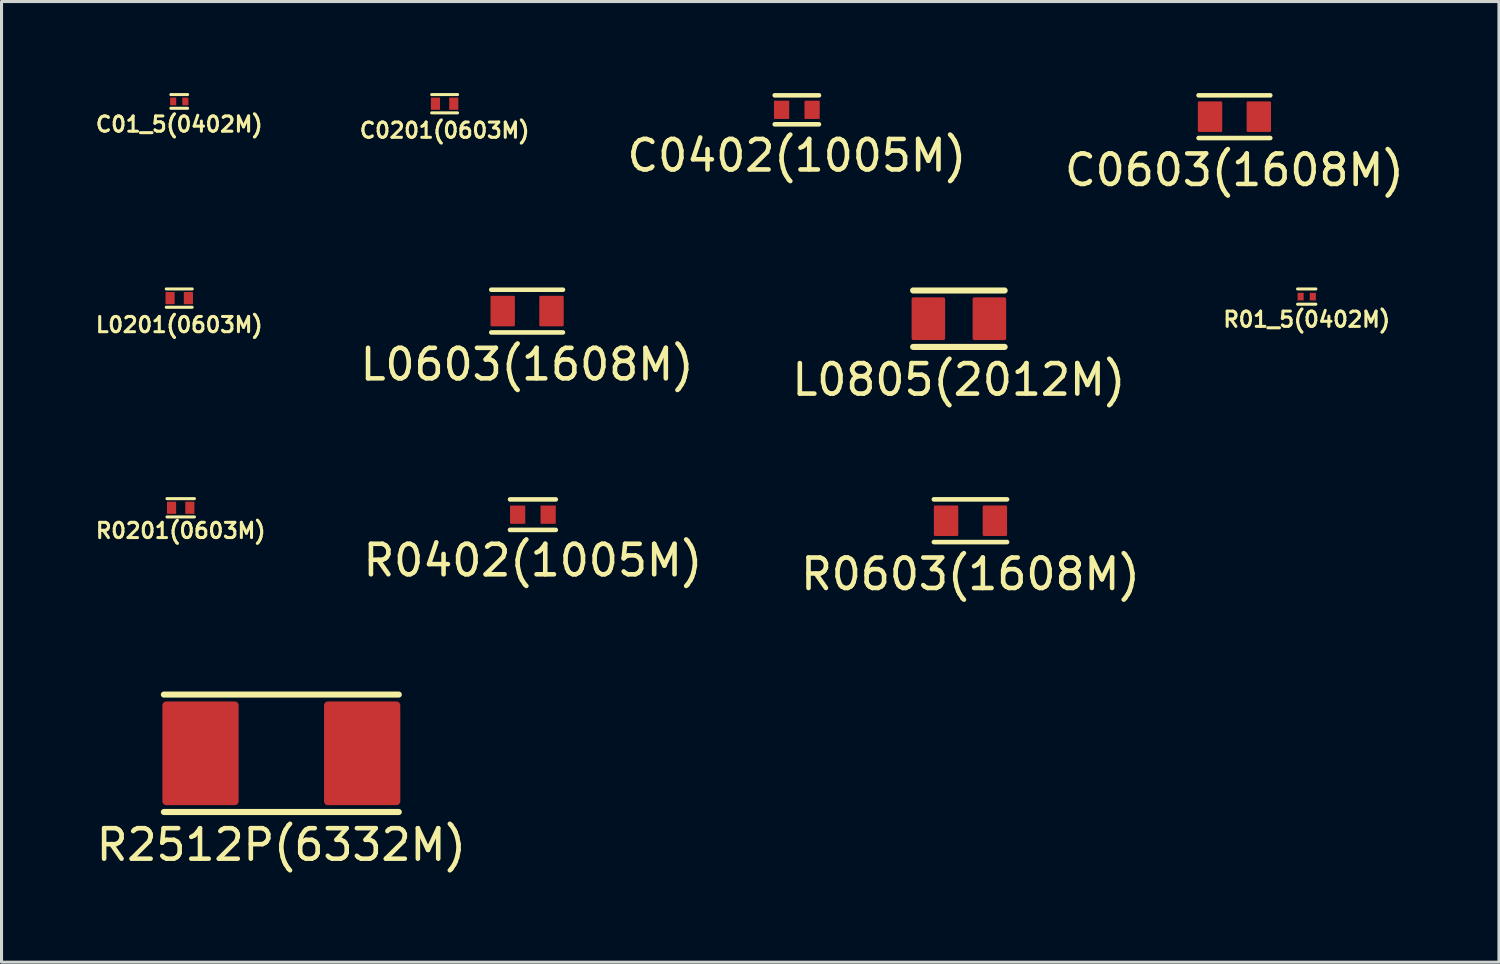
<source format=kicad_pcb>
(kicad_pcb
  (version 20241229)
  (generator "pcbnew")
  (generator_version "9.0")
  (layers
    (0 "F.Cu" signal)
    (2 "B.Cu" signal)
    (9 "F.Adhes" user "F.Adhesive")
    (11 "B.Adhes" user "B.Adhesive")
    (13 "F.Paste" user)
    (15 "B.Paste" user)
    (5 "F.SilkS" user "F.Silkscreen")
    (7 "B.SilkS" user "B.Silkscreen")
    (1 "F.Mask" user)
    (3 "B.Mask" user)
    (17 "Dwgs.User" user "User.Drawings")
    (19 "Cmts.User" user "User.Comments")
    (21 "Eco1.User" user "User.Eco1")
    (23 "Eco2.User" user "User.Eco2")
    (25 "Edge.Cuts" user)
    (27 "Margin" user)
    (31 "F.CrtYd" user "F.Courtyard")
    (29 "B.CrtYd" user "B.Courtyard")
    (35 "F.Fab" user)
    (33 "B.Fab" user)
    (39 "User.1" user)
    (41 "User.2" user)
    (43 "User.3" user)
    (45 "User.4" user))
  (footprint "L0201(0603M)"
    (layer "F.Cu")
    (at 2.826 6.723)
    (property "Reference" "L0201(0603M)" (at 0 0.875 0) (layer "F.SilkS") (effects (font (size 0.5 0.5) (thickness 0.1))))
    (attr smd)
    (fp_line (start -0.425 -0.3) (end 0.425 -0.3) (stroke (width 0.1) (type solid)) (layer "F.SilkS"))
    (fp_line (start -0.425 0.3) (end 0.425 0.3) (stroke (width 0.1) (type solid)) (layer "F.SilkS"))
    (pad "1" smd roundrect (at -0.3 0) (size 0.3 0.4) (layers "F.Cu" "F.Mask" "F.Paste") (roundrect_rratio 0.05))
    (pad "2" smd roundrect (at 0.3 0) (size 0.3 0.4) (layers "F.Cu" "F.Mask" "F.Paste") (roundrect_rratio 0.05)))
  (footprint "L0603(1608M)"
    (layer "F.Cu")
    (at 14.23 7.148)
    (property "Reference" "L0603(1608M)" (at 0 1.75 0) (layer "F.SilkS") (effects (font (size 1 1) (thickness 0.15))))
    (attr smd)
    (fp_line (start -1.175 -0.7) (end 1.175 -0.7) (stroke (width 0.15) (type solid)) (layer "F.SilkS"))
    (fp_line (start -1.175 0.7) (end 1.175 0.7) (stroke (width 0.15) (type solid)) (layer "F.SilkS"))
    (pad "1" smd roundrect (at -0.8 0) (size 0.8 1) (layers "F.Cu" "F.Mask" "F.Paste") (roundrect_rratio 0.05))
    (pad "2" smd roundrect (at 0.8 0) (size 0.8 1) (layers "F.Cu" "F.Mask" "F.Paste") (roundrect_rratio 0.05)))
  (footprint "R2512P(6332M)"
    (layer "F.Cu")
    (at 6.173 21.645)
    (property "Reference" "R2512P(6332M)" (at 0 3 0) (layer "F.SilkS") (effects (font (size 1 1) (thickness 0.15))))
    (attr smd)
    (fp_line (start -3.85 -1.925) (end 3.85 -1.925) (stroke (width 0.2) (type solid)) (layer "F.SilkS"))
    (fp_line (start -3.85 1.925) (end 3.85 1.925) (stroke (width 0.2) (type solid)) (layer "F.SilkS"))
    (pad "1" smd roundrect (at -2.65 0) (size 2.5 3.4) (layers "F.Cu" "F.Mask" "F.Paste") (roundrect_rratio 0.05))
    (pad "2" smd roundrect (at 2.65 0) (size 2.5 3.4) (layers "F.Cu" "F.Mask" "F.Paste") (roundrect_rratio 0.05)))
  (footprint "C01_5(0402M)"
    (layer "F.Cu")
    (at 2.826 0.275)
    (property "Reference" "C01_5(0402M)" (at 0 0.75 0) (layer "F.SilkS") (effects (font (size 0.5 0.5) (thickness 0.1))))
    (attr smd)
    (fp_line (start -0.275 -0.225) (end 0.275 -0.225) (stroke (width 0.1) (type solid)) (layer "F.SilkS"))
    (fp_line (start -0.275 0.225) (end 0.275 0.225) (stroke (width 0.1) (type solid)) (layer "F.SilkS"))
    (pad "1" smd roundrect (at -0.2 0) (size 0.2 0.25) (layers "F.Cu" "F.Mask" "F.Paste") (roundrect_rratio 0.05))
    (pad "2" smd roundrect (at 0.2 0) (size 0.2 0.25) (layers "F.Cu" "F.Mask" "F.Paste") (roundrect_rratio 0.05)))
  (footprint "C0201(0603M)"
    (layer "F.Cu")
    (at 11.526 0.35)
    (property "Reference" "C0201(0603M)" (at 0 0.875 0) (layer "F.SilkS") (effects (font (size 0.5 0.5) (thickness 0.1))))
    (attr smd)
    (fp_line (start -0.425 -0.3) (end 0.425 -0.3) (stroke (width 0.1) (type solid)) (layer "F.SilkS"))
    (fp_line (start -0.425 0.3) (end 0.425 0.3) (stroke (width 0.1) (type solid)) (layer "F.SilkS"))
    (pad "1" smd roundrect (at -0.3 0) (size 0.3 0.4) (layers "F.Cu" "F.Mask" "F.Paste") (roundrect_rratio 0.05))
    (pad "2" smd roundrect (at 0.3 0) (size 0.3 0.4) (layers "F.Cu" "F.Mask" "F.Paste") (roundrect_rratio 0.05)))
  (footprint "C0402(1005M)"
    (layer "F.Cu")
    (at 23.073 0.55)
    (property "Reference" "C0402(1005M)" (at 0 1.5 0) (layer "F.SilkS") (effects (font (size 1 1) (thickness 0.15))))
    (attr smd)
    (fp_line (start -0.725 -0.475) (end 0.725 -0.475) (stroke (width 0.15) (type solid)) (layer "F.SilkS"))
    (fp_line (start -0.725 0.475) (end 0.725 0.475) (stroke (width 0.15) (type solid)) (layer "F.SilkS"))
    (pad "1" smd roundrect (at -0.5 0) (size 0.5 0.6) (layers "F.Cu" "F.Mask" "F.Paste") (roundrect_rratio 0.05))
    (pad "2" smd roundrect (at 0.5 0) (size 0.5 0.6) (layers "F.Cu" "F.Mask" "F.Paste") (roundrect_rratio 0.05)))
  (footprint "R0603(1608M)"
    (layer "F.Cu")
    (at 28.765 14.021)
    (property "Reference" "R0603(1608M)" (at 0 1.75 0) (layer "F.SilkS") (effects (font (size 1 1) (thickness 0.15))))
    (attr through_hole)
    (fp_line (start -1.2 -0.7) (end 1.2 -0.7) (stroke (width 0.15) (type solid)) (layer "F.SilkS"))
    (fp_line (start -1.2 0.7) (end 1.2 0.7) (stroke (width 0.15) (type solid)) (layer "F.SilkS"))
    (pad "1" smd roundrect (at -0.8 0) (size 0.8 1) (layers "F.Cu" "F.Mask" "F.Paste") (roundrect_rratio 0.05))
    (pad "2" smd roundrect (at 0.8 0) (size 0.8 1) (layers "F.Cu" "F.Mask" "F.Paste") (roundrect_rratio 0.05)))
  (footprint "L0805(2012M)"
    (layer "F.Cu")
    (at 28.385 7.398)
    (property "Reference" "L0805(2012M)" (at 0 2 0) (layer "F.SilkS") (effects (font (size 1 1) (thickness 0.15))))
    (attr smd)
    (fp_line (start -1.5 -0.925) (end 1.5 -0.925) (stroke (width 0.2) (type solid)) (layer "F.SilkS"))
    (fp_line (start -1.5 0.925) (end 1.5 0.925) (stroke (width 0.2) (type solid)) (layer "F.SilkS"))
    (pad "1" smd roundrect (at -1 0) (size 1.1 1.4) (layers "F.Cu" "F.Mask" "F.Paste") (roundrect_rratio 0.05))
    (pad "2" smd roundrect (at 1 0) (size 1.1 1.4) (layers "F.Cu" "F.Mask" "F.Paste") (roundrect_rratio 0.05)))
  (footprint "R01_5(0402M)"
    (layer "F.Cu")
    (at 39.788 6.673)
    (property "Reference" "R01_5(0402M)" (at 0 0.75 0) (layer "F.SilkS") (effects (font (size 0.5 0.5) (thickness 0.1))))
    (attr through_hole)
    (fp_line (start -0.3 -0.25) (end 0.3 -0.25) (stroke (width 0.1) (type solid)) (layer "F.SilkS"))
    (fp_line (start -0.3 0.25) (end 0.3 0.25) (stroke (width 0.1) (type solid)) (layer "F.SilkS"))
    (pad "1" smd roundrect (at -0.2 0) (size 0.2 0.25) (layers "F.Cu" "F.Mask" "F.Paste") (roundrect_rratio 0.05))
    (pad "2" smd roundrect (at 0.2 0) (size 0.2 0.25) (layers "F.Cu" "F.Mask" "F.Paste") (roundrect_rratio 0.05)))
  (footprint "R0402(1005M)"
    (layer "F.Cu")
    (at 14.42 13.822)
    (property "Reference" "R0402(1005M)" (at 0 1.5 0) (layer "F.SilkS") (effects (font (size 1 1) (thickness 0.15))))
    (attr through_hole)
    (fp_line (start -0.75 -0.5) (end 0.75 -0.5) (stroke (width 0.15) (type solid)) (layer "F.SilkS"))
    (fp_line (start -0.75 0.5) (end 0.75 0.5) (stroke (width 0.15) (type solid)) (layer "F.SilkS"))
    (pad "1" smd roundrect (at -0.5 0) (size 0.5 0.6) (layers "F.Cu" "F.Mask" "F.Paste") (roundrect_rratio 0.05))
    (pad "2" smd roundrect (at 0.5 0) (size 0.5 0.6) (layers "F.Cu" "F.Mask" "F.Paste") (roundrect_rratio 0.05)))
  (footprint "R0201(0603M)"
    (layer "F.Cu")
    (at 2.874 13.597)
    (property "Reference" "R0201(0603M)" (at 0 0.75 0) (layer "F.SilkS") (effects (font (size 0.5 0.5) (thickness 0.1))))
    (attr through_hole)
    (fp_line (start -0.45 -0.3) (end 0.45 -0.3) (stroke (width 0.1) (type solid)) (layer "F.SilkS"))
    (fp_line (start -0.45 0.3) (end 0.45 0.3) (stroke (width 0.1) (type solid)) (layer "F.SilkS"))
    (pad "1" smd roundrect (at -0.3 0) (size 0.3 0.4) (layers "F.Cu" "F.Mask" "F.Paste") (roundrect_rratio 0.05))
    (pad "2" smd roundrect (at 0.3 0) (size 0.3 0.4) (layers "F.Cu" "F.Mask" "F.Paste") (roundrect_rratio 0.05)))
  (footprint "C0603(1608M)"
    (layer "F.Cu")
    (at 37.418 0.775)
    (property "Reference" "C0603(1608M)" (at 0 1.75 0) (layer "F.SilkS") (effects (font (size 1 1) (thickness 0.15))))
    (attr smd)
    (fp_line (start -1.175 -0.7) (end 1.175 -0.7) (stroke (width 0.15) (type solid)) (layer "F.SilkS"))
    (fp_line (start -1.175 0.7) (end 1.175 0.7) (stroke (width 0.15) (type solid)) (layer "F.SilkS"))
    (pad "1" smd roundrect (at -0.8 0) (size 0.8 1) (layers "F.Cu" "F.Mask" "F.Paste") (roundrect_rratio 0.05))
    (pad "2" smd roundrect (at 0.8 0) (size 0.8 1) (layers "F.Cu" "F.Mask" "F.Paste") (roundrect_rratio 0.05)))
  (gr_rect
    (start -3 -3)
    (end 46.09 28.493)
    (stroke (width 0.1) (type default))
    (fill no)
    (layer "Edge.Cuts")))
</source>
